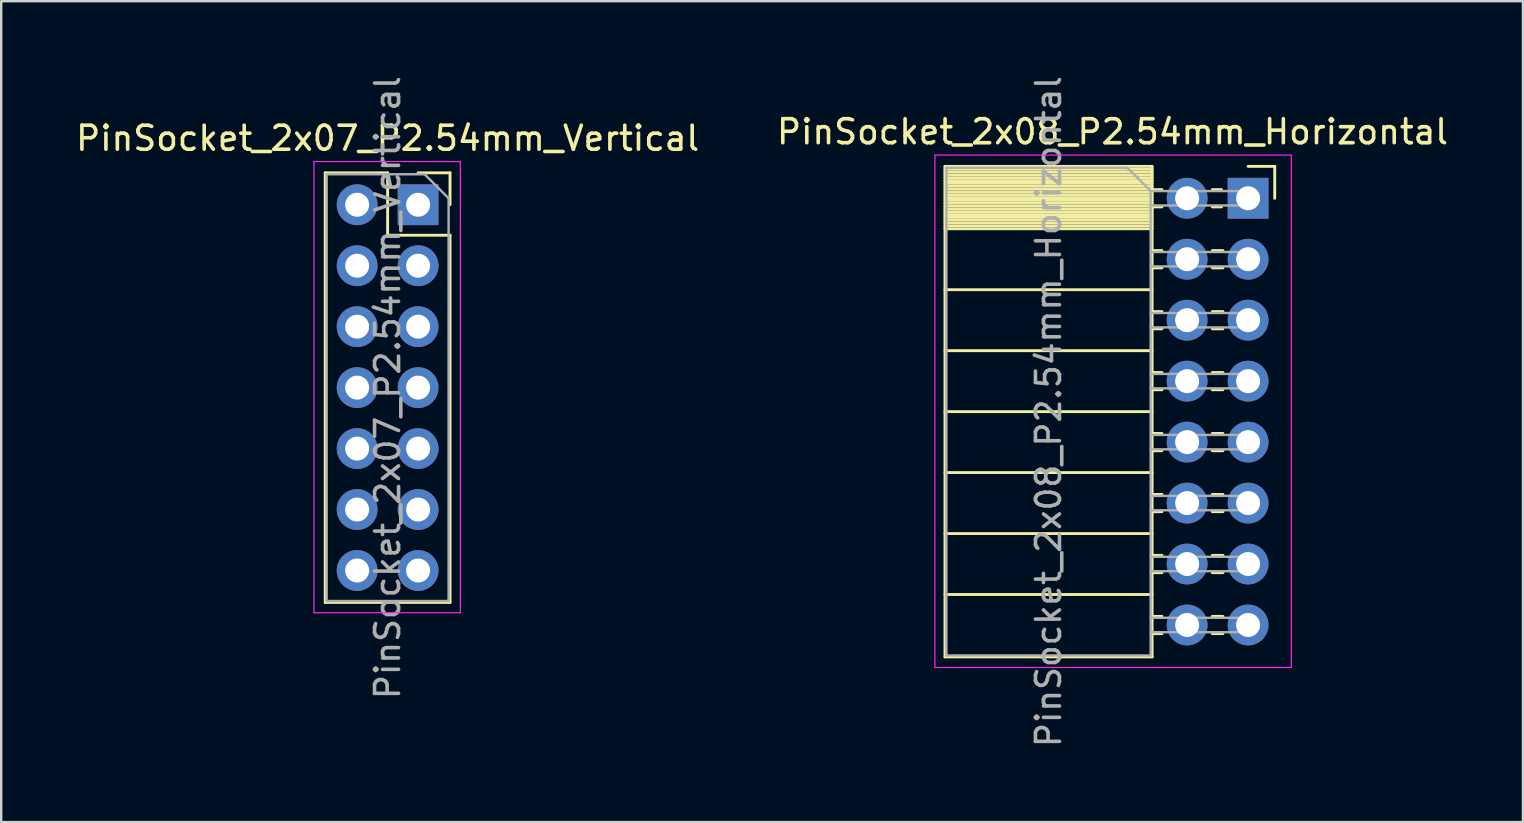
<source format=kicad_pcb>
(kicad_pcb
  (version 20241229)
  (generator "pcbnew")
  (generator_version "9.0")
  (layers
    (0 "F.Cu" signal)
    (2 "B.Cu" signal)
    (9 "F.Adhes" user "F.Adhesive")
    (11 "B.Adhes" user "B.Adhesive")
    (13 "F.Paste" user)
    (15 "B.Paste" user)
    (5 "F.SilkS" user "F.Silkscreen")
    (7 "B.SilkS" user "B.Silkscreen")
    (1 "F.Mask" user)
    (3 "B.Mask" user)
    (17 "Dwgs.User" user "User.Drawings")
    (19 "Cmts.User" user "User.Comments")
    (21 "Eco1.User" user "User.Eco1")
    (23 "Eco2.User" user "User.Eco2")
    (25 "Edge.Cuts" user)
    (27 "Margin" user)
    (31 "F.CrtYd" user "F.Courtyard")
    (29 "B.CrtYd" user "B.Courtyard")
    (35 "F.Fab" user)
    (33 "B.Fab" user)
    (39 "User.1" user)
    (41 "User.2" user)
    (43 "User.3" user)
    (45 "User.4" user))
  (footprint "PinSocket_2x08_P2.54mm_Horizontal"
    (layer "F.Cu")
    (at 48.954 5.211)
    (property "Reference" "PinSocket_2x08_P2.54mm_Horizontal" (at -5.65 -2.77 0) (layer "F.SilkS") (effects (font (size 1 1) (thickness 0.15))))
    (attr through_hole)
    (fp_line (start -12.63 -1.33) (end -12.63 19.11) (stroke (width 0.12) (type solid)) (layer "F.SilkS"))
    (fp_line (start -12.63 -1.33) (end -4 -1.33) (stroke (width 0.12) (type solid)) (layer "F.SilkS"))
    (fp_line (start -12.63 -1.21) (end -4 -1.21) (stroke (width 0.12) (type solid)) (layer "F.SilkS"))
    (fp_line (start -12.63 -1.092) (end -4 -1.092) (stroke (width 0.12) (type solid)) (layer "F.SilkS"))
    (fp_line (start -12.63 -0.974) (end -4 -0.974) (stroke (width 0.12) (type solid)) (layer "F.SilkS"))
    (fp_line (start -12.63 -0.856) (end -4 -0.856) (stroke (width 0.12) (type solid)) (layer "F.SilkS"))
    (fp_line (start -12.63 -0.738) (end -4 -0.738) (stroke (width 0.12) (type solid)) (layer "F.SilkS"))
    (fp_line (start -12.63 -0.62) (end -4 -0.62) (stroke (width 0.12) (type solid)) (layer "F.SilkS"))
    (fp_line (start -12.63 -0.501) (end -4 -0.501) (stroke (width 0.12) (type solid)) (layer "F.SilkS"))
    (fp_line (start -12.63 -0.383) (end -4 -0.383) (stroke (width 0.12) (type solid)) (layer "F.SilkS"))
    (fp_line (start -12.63 -0.265) (end -4 -0.265) (stroke (width 0.12) (type solid)) (layer "F.SilkS"))
    (fp_line (start -12.63 -0.147) (end -4 -0.147) (stroke (width 0.12) (type solid)) (layer "F.SilkS"))
    (fp_line (start -12.63 -0.029) (end -4 -0.029) (stroke (width 0.12) (type solid)) (layer "F.SilkS"))
    (fp_line (start -12.63 0.089) (end -4 0.089) (stroke (width 0.12) (type solid)) (layer "F.SilkS"))
    (fp_line (start -12.63 0.207) (end -4 0.207) (stroke (width 0.12) (type solid)) (layer "F.SilkS"))
    (fp_line (start -12.63 0.325) (end -4 0.325) (stroke (width 0.12) (type solid)) (layer "F.SilkS"))
    (fp_line (start -12.63 0.443) (end -4 0.443) (stroke (width 0.12) (type solid)) (layer "F.SilkS"))
    (fp_line (start -12.63 0.561) (end -4 0.561) (stroke (width 0.12) (type solid)) (layer "F.SilkS"))
    (fp_line (start -12.63 0.68) (end -4 0.68) (stroke (width 0.12) (type solid)) (layer "F.SilkS"))
    (fp_line (start -12.63 0.798) (end -4 0.798) (stroke (width 0.12) (type solid)) (layer "F.SilkS"))
    (fp_line (start -12.63 0.916) (end -4 0.916) (stroke (width 0.12) (type solid)) (layer "F.SilkS"))
    (fp_line (start -12.63 1.034) (end -4 1.034) (stroke (width 0.12) (type solid)) (layer "F.SilkS"))
    (fp_line (start -12.63 1.152) (end -4 1.152) (stroke (width 0.12) (type solid)) (layer "F.SilkS"))
    (fp_line (start -12.63 1.27) (end -4 1.27) (stroke (width 0.12) (type solid)) (layer "F.SilkS"))
    (fp_line (start -12.63 3.81) (end -4 3.81) (stroke (width 0.12) (type solid)) (layer "F.SilkS"))
    (fp_line (start -12.63 6.35) (end -4 6.35) (stroke (width 0.12) (type solid)) (layer "F.SilkS"))
    (fp_line (start -12.63 8.89) (end -4 8.89) (stroke (width 0.12) (type solid)) (layer "F.SilkS"))
    (fp_line (start -12.63 11.43) (end -4 11.43) (stroke (width 0.12) (type solid)) (layer "F.SilkS"))
    (fp_line (start -12.63 13.97) (end -4 13.97) (stroke (width 0.12) (type solid)) (layer "F.SilkS"))
    (fp_line (start -12.63 16.51) (end -4 16.51) (stroke (width 0.12) (type solid)) (layer "F.SilkS"))
    (fp_line (start -12.63 19.11) (end -4 19.11) (stroke (width 0.12) (type solid)) (layer "F.SilkS"))
    (fp_line (start -4 -1.33) (end -4 19.11) (stroke (width 0.12) (type solid)) (layer "F.SilkS"))
    (fp_line (start -4 -0.36) (end -3.59 -0.36) (stroke (width 0.12) (type solid)) (layer "F.SilkS"))
    (fp_line (start -4 0.36) (end -3.59 0.36) (stroke (width 0.12) (type solid)) (layer "F.SilkS"))
    (fp_line (start -4 2.18) (end -3.59 2.18) (stroke (width 0.12) (type solid)) (layer "F.SilkS"))
    (fp_line (start -4 2.9) (end -3.59 2.9) (stroke (width 0.12) (type solid)) (layer "F.SilkS"))
    (fp_line (start -4 4.72) (end -3.59 4.72) (stroke (width 0.12) (type solid)) (layer "F.SilkS"))
    (fp_line (start -4 5.44) (end -3.59 5.44) (stroke (width 0.12) (type solid)) (layer "F.SilkS"))
    (fp_line (start -4 7.26) (end -3.59 7.26) (stroke (width 0.12) (type solid)) (layer "F.SilkS"))
    (fp_line (start -4 7.98) (end -3.59 7.98) (stroke (width 0.12) (type solid)) (layer "F.SilkS"))
    (fp_line (start -4 9.8) (end -3.59 9.8) (stroke (width 0.12) (type solid)) (layer "F.SilkS"))
    (fp_line (start -4 10.52) (end -3.59 10.52) (stroke (width 0.12) (type solid)) (layer "F.SilkS"))
    (fp_line (start -4 12.34) (end -3.59 12.34) (stroke (width 0.12) (type solid)) (layer "F.SilkS"))
    (fp_line (start -4 13.06) (end -3.59 13.06) (stroke (width 0.12) (type solid)) (layer "F.SilkS"))
    (fp_line (start -4 14.88) (end -3.59 14.88) (stroke (width 0.12) (type solid)) (layer "F.SilkS"))
    (fp_line (start -4 15.6) (end -3.59 15.6) (stroke (width 0.12) (type solid)) (layer "F.SilkS"))
    (fp_line (start -4 17.42) (end -3.59 17.42) (stroke (width 0.12) (type solid)) (layer "F.SilkS"))
    (fp_line (start -4 18.14) (end -3.59 18.14) (stroke (width 0.12) (type solid)) (layer "F.SilkS"))
    (fp_line (start -1.49 -0.36) (end -1.11 -0.36) (stroke (width 0.12) (type solid)) (layer "F.SilkS"))
    (fp_line (start -1.49 0.36) (end -1.11 0.36) (stroke (width 0.12) (type solid)) (layer "F.SilkS"))
    (fp_line (start -1.49 2.18) (end -1.05 2.18) (stroke (width 0.12) (type solid)) (layer "F.SilkS"))
    (fp_line (start -1.49 2.9) (end -1.05 2.9) (stroke (width 0.12) (type solid)) (layer "F.SilkS"))
    (fp_line (start -1.49 4.72) (end -1.05 4.72) (stroke (width 0.12) (type solid)) (layer "F.SilkS"))
    (fp_line (start -1.49 5.44) (end -1.05 5.44) (stroke (width 0.12) (type solid)) (layer "F.SilkS"))
    (fp_line (start -1.49 7.26) (end -1.05 7.26) (stroke (width 0.12) (type solid)) (layer "F.SilkS"))
    (fp_line (start -1.49 7.98) (end -1.05 7.98) (stroke (width 0.12) (type solid)) (layer "F.SilkS"))
    (fp_line (start -1.49 9.8) (end -1.05 9.8) (stroke (width 0.12) (type solid)) (layer "F.SilkS"))
    (fp_line (start -1.49 10.52) (end -1.05 10.52) (stroke (width 0.12) (type solid)) (layer "F.SilkS"))
    (fp_line (start -1.49 12.34) (end -1.05 12.34) (stroke (width 0.12) (type solid)) (layer "F.SilkS"))
    (fp_line (start -1.49 13.06) (end -1.05 13.06) (stroke (width 0.12) (type solid)) (layer "F.SilkS"))
    (fp_line (start -1.49 14.88) (end -1.05 14.88) (stroke (width 0.12) (type solid)) (layer "F.SilkS"))
    (fp_line (start -1.49 15.6) (end -1.05 15.6) (stroke (width 0.12) (type solid)) (layer "F.SilkS"))
    (fp_line (start -1.49 17.42) (end -1.05 17.42) (stroke (width 0.12) (type solid)) (layer "F.SilkS"))
    (fp_line (start -1.49 18.14) (end -1.05 18.14) (stroke (width 0.12) (type solid)) (layer "F.SilkS"))
    (fp_line (start 0 -1.33) (end 1.11 -1.33) (stroke (width 0.12) (type solid)) (layer "F.SilkS"))
    (fp_line (start 1.11 -1.33) (end 1.11 0) (stroke (width 0.12) (type solid)) (layer "F.SilkS"))
    (fp_line (start -13.05 -1.8) (end -13.05 19.55) (stroke (width 0.05) (type solid)) (layer "F.CrtYd"))
    (fp_line (start -13.05 19.55) (end 1.8 19.55) (stroke (width 0.05) (type solid)) (layer "F.CrtYd"))
    (fp_line (start 1.8 -1.8) (end -13.05 -1.8) (stroke (width 0.05) (type solid)) (layer "F.CrtYd"))
    (fp_line (start 1.8 19.55) (end 1.8 -1.8) (stroke (width 0.05) (type solid)) (layer "F.CrtYd"))
    (fp_line (start -12.57 -1.27) (end -5.03 -1.27) (stroke (width 0.1) (type solid)) (layer "F.Fab"))
    (fp_line (start -12.57 19.05) (end -12.57 -1.27) (stroke (width 0.1) (type solid)) (layer "F.Fab"))
    (fp_line (start -5.03 -1.27) (end -4.06 -0.3) (stroke (width 0.1) (type solid)) (layer "F.Fab"))
    (fp_line (start -4.06 -0.3) (end -4.06 19.05) (stroke (width 0.1) (type solid)) (layer "F.Fab"))
    (fp_line (start -4.06 0.3) (end 0 0.3) (stroke (width 0.1) (type solid)) (layer "F.Fab"))
    (fp_line (start -4.06 2.84) (end 0 2.84) (stroke (width 0.1) (type solid)) (layer "F.Fab"))
    (fp_line (start -4.06 5.38) (end 0 5.38) (stroke (width 0.1) (type solid)) (layer "F.Fab"))
    (fp_line (start -4.06 7.92) (end 0 7.92) (stroke (width 0.1) (type solid)) (layer "F.Fab"))
    (fp_line (start -4.06 10.46) (end 0 10.46) (stroke (width 0.1) (type solid)) (layer "F.Fab"))
    (fp_line (start -4.06 13) (end 0 13) (stroke (width 0.1) (type solid)) (layer "F.Fab"))
    (fp_line (start -4.06 15.54) (end 0 15.54) (stroke (width 0.1) (type solid)) (layer "F.Fab"))
    (fp_line (start -4.06 18.08) (end 0 18.08) (stroke (width 0.1) (type solid)) (layer "F.Fab"))
    (fp_line (start -4.06 19.05) (end -12.57 19.05) (stroke (width 0.1) (type solid)) (layer "F.Fab"))
    (fp_line (start 0 -0.3) (end -4.06 -0.3) (stroke (width 0.1) (type solid)) (layer "F.Fab"))
    (fp_line (start 0 0.3) (end 0 -0.3) (stroke (width 0.1) (type solid)) (layer "F.Fab"))
    (fp_line (start 0 2.24) (end -4.06 2.24) (stroke (width 0.1) (type solid)) (layer "F.Fab"))
    (fp_line (start 0 2.84) (end 0 2.24) (stroke (width 0.1) (type solid)) (layer "F.Fab"))
    (fp_line (start 0 4.78) (end -4.06 4.78) (stroke (width 0.1) (type solid)) (layer "F.Fab"))
    (fp_line (start 0 5.38) (end 0 4.78) (stroke (width 0.1) (type solid)) (layer "F.Fab"))
    (fp_line (start 0 7.32) (end -4.06 7.32) (stroke (width 0.1) (type solid)) (layer "F.Fab"))
    (fp_line (start 0 7.92) (end 0 7.32) (stroke (width 0.1) (type solid)) (layer "F.Fab"))
    (fp_line (start 0 9.86) (end -4.06 9.86) (stroke (width 0.1) (type solid)) (layer "F.Fab"))
    (fp_line (start 0 10.46) (end 0 9.86) (stroke (width 0.1) (type solid)) (layer "F.Fab"))
    (fp_line (start 0 12.4) (end -4.06 12.4) (stroke (width 0.1) (type solid)) (layer "F.Fab"))
    (fp_line (start 0 13) (end 0 12.4) (stroke (width 0.1) (type solid)) (layer "F.Fab"))
    (fp_line (start 0 14.94) (end -4.06 14.94) (stroke (width 0.1) (type solid)) (layer "F.Fab"))
    (fp_line (start 0 15.54) (end 0 14.94) (stroke (width 0.1) (type solid)) (layer "F.Fab"))
    (fp_line (start 0 17.48) (end -4.06 17.48) (stroke (width 0.1) (type solid)) (layer "F.Fab"))
    (fp_line (start 0 18.08) (end 0 17.48) (stroke (width 0.1) (type solid)) (layer "F.Fab"))
    (fp_text user "${REFERENCE}" (at -8.315 8.89 90) (layer "F.Fab") (effects (font (size 1 1) (thickness 0.15))))
    (pad "1" thru_hole rect (at 0 0) (size 1.7 1.7) (drill 1) (layers "*.Cu" "*.Mask"))
    (pad "2" thru_hole oval (at -2.54 0) (size 1.7 1.7) (drill 1) (layers "*.Cu" "*.Mask"))
    (pad "3" thru_hole oval (at 0 2.54) (size 1.7 1.7) (drill 1) (layers "*.Cu" "*.Mask"))
    (pad "4" thru_hole oval (at -2.54 2.54) (size 1.7 1.7) (drill 1) (layers "*.Cu" "*.Mask"))
    (pad "5" thru_hole oval (at 0 5.08) (size 1.7 1.7) (drill 1) (layers "*.Cu" "*.Mask"))
    (pad "6" thru_hole oval (at -2.54 5.08) (size 1.7 1.7) (drill 1) (layers "*.Cu" "*.Mask"))
    (pad "7" thru_hole oval (at 0 7.62) (size 1.7 1.7) (drill 1) (layers "*.Cu" "*.Mask"))
    (pad "8" thru_hole oval (at -2.54 7.62) (size 1.7 1.7) (drill 1) (layers "*.Cu" "*.Mask"))
    (pad "9" thru_hole oval (at 0 10.16) (size 1.7 1.7) (drill 1) (layers "*.Cu" "*.Mask"))
    (pad "10" thru_hole oval (at -2.54 10.16) (size 1.7 1.7) (drill 1) (layers "*.Cu" "*.Mask"))
    (pad "11" thru_hole oval (at 0 12.7) (size 1.7 1.7) (drill 1) (layers "*.Cu" "*.Mask"))
    (pad "12" thru_hole oval (at -2.54 12.7) (size 1.7 1.7) (drill 1) (layers "*.Cu" "*.Mask"))
    (pad "13" thru_hole oval (at 0 15.24) (size 1.7 1.7) (drill 1) (layers "*.Cu" "*.Mask"))
    (pad "14" thru_hole oval (at -2.54 15.24) (size 1.7 1.7) (drill 1) (layers "*.Cu" "*.Mask"))
    (pad "15" thru_hole oval (at 0 17.78) (size 1.7 1.7) (drill 1) (layers "*.Cu" "*.Mask"))
    (pad "16" thru_hole oval (at -2.54 17.78) (size 1.7 1.7) (drill 1) (layers "*.Cu" "*.Mask")))
  (footprint "PinSocket_2x07_P2.54mm_Vertical"
    (layer "F.Cu")
    (at 14.371 5.481)
    (property "Reference" "PinSocket_2x07_P2.54mm_Vertical" (at -1.27 -2.77 0) (layer "F.SilkS") (effects (font (size 1 1) (thickness 0.15))))
    (attr through_hole)
    (fp_line (start -3.87 -1.33) (end -3.87 16.57) (stroke (width 0.12) (type solid)) (layer "F.SilkS"))
    (fp_line (start -3.87 -1.33) (end -1.27 -1.33) (stroke (width 0.12) (type solid)) (layer "F.SilkS"))
    (fp_line (start -3.87 16.57) (end 1.33 16.57) (stroke (width 0.12) (type solid)) (layer "F.SilkS"))
    (fp_line (start -1.27 -1.33) (end -1.27 1.27) (stroke (width 0.12) (type solid)) (layer "F.SilkS"))
    (fp_line (start -1.27 1.27) (end 1.33 1.27) (stroke (width 0.12) (type solid)) (layer "F.SilkS"))
    (fp_line (start 0 -1.33) (end 1.33 -1.33) (stroke (width 0.12) (type solid)) (layer "F.SilkS"))
    (fp_line (start 1.33 -1.33) (end 1.33 0) (stroke (width 0.12) (type solid)) (layer "F.SilkS"))
    (fp_line (start 1.33 1.27) (end 1.33 16.57) (stroke (width 0.12) (type solid)) (layer "F.SilkS"))
    (fp_line (start -4.34 -1.8) (end 1.76 -1.8) (stroke (width 0.05) (type solid)) (layer "F.CrtYd"))
    (fp_line (start -4.34 17) (end -4.34 -1.8) (stroke (width 0.05) (type solid)) (layer "F.CrtYd"))
    (fp_line (start 1.76 -1.8) (end 1.76 17) (stroke (width 0.05) (type solid)) (layer "F.CrtYd"))
    (fp_line (start 1.76 17) (end -4.34 17) (stroke (width 0.05) (type solid)) (layer "F.CrtYd"))
    (fp_line (start -3.81 -1.27) (end 0.27 -1.27) (stroke (width 0.1) (type solid)) (layer "F.Fab"))
    (fp_line (start -3.81 16.51) (end -3.81 -1.27) (stroke (width 0.1) (type solid)) (layer "F.Fab"))
    (fp_line (start 0.27 -1.27) (end 1.27 -0.27) (stroke (width 0.1) (type solid)) (layer "F.Fab"))
    (fp_line (start 1.27 -0.27) (end 1.27 16.51) (stroke (width 0.1) (type solid)) (layer "F.Fab"))
    (fp_line (start 1.27 16.51) (end -3.81 16.51) (stroke (width 0.1) (type solid)) (layer "F.Fab"))
    (fp_text user "${REFERENCE}" (at -1.27 7.62 90) (layer "F.Fab") (effects (font (size 1 1) (thickness 0.15))))
    (pad "1" thru_hole rect (at 0 0) (size 1.7 1.7) (drill 1) (layers "*.Cu" "*.Mask"))
    (pad "2" thru_hole oval (at -2.54 0) (size 1.7 1.7) (drill 1) (layers "*.Cu" "*.Mask"))
    (pad "3" thru_hole oval (at 0 2.54) (size 1.7 1.7) (drill 1) (layers "*.Cu" "*.Mask"))
    (pad "4" thru_hole oval (at -2.54 2.54) (size 1.7 1.7) (drill 1) (layers "*.Cu" "*.Mask"))
    (pad "5" thru_hole oval (at 0 5.08) (size 1.7 1.7) (drill 1) (layers "*.Cu" "*.Mask"))
    (pad "6" thru_hole oval (at -2.54 5.08) (size 1.7 1.7) (drill 1) (layers "*.Cu" "*.Mask"))
    (pad "7" thru_hole oval (at 0 7.62) (size 1.7 1.7) (drill 1) (layers "*.Cu" "*.Mask"))
    (pad "8" thru_hole oval (at -2.54 7.62) (size 1.7 1.7) (drill 1) (layers "*.Cu" "*.Mask"))
    (pad "9" thru_hole oval (at 0 10.16) (size 1.7 1.7) (drill 1) (layers "*.Cu" "*.Mask"))
    (pad "10" thru_hole oval (at -2.54 10.16) (size 1.7 1.7) (drill 1) (layers "*.Cu" "*.Mask"))
    (pad "11" thru_hole oval (at 0 12.7) (size 1.7 1.7) (drill 1) (layers "*.Cu" "*.Mask"))
    (pad "12" thru_hole oval (at -2.54 12.7) (size 1.7 1.7) (drill 1) (layers "*.Cu" "*.Mask"))
    (pad "13" thru_hole oval (at 0 15.24) (size 1.7 1.7) (drill 1) (layers "*.Cu" "*.Mask"))
    (pad "14" thru_hole oval (at -2.54 15.24) (size 1.7 1.7) (drill 1) (layers "*.Cu" "*.Mask")))
  (gr_rect
    (start -3 -3)
    (end 60.405 31.202)
    (stroke (width 0.1) (type default))
    (fill no)
    (layer "Edge.Cuts")))
</source>
